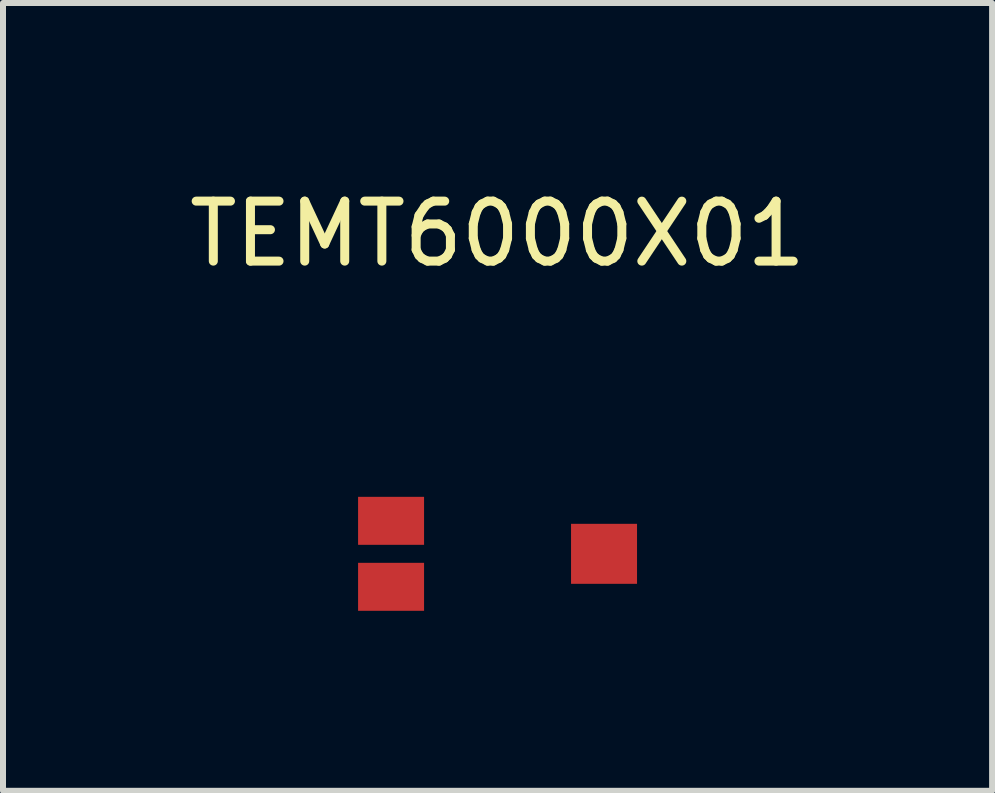
<source format=kicad_pcb>
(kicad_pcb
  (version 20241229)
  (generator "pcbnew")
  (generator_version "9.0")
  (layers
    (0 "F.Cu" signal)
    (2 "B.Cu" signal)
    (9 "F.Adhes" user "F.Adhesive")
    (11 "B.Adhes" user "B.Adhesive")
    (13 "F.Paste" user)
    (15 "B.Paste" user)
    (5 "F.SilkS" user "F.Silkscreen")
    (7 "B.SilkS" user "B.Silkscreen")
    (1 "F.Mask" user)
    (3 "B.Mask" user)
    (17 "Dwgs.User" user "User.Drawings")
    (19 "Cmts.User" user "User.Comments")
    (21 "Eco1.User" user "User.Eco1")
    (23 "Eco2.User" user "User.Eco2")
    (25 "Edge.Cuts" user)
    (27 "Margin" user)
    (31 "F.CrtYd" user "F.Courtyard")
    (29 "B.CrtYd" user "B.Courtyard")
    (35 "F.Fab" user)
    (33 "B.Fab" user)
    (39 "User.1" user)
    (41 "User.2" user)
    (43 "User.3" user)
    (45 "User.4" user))
  (footprint "TEMT6000X01"
    (layer "F.Cu")
    (at 5.244 6.182)
    (property "Reference" "TEMT6000X01" (at 0 -5.334 0) (layer "F.SilkS") (effects (font (size 1 1) (thickness 0.15))))
    (attr through_hole)
    (pad "1" smd rect (at 1.775 0) (size 1.1 1) (layers "F.Cu" "F.Mask" "F.Paste"))
    (pad "2" smd rect (at -1.775 -0.55) (size 1.1 0.8) (layers "F.Cu" "F.Mask" "F.Paste"))
    (pad "3" smd rect (at -1.775 0.55) (size 1.1 0.8) (layers "F.Cu" "F.Mask" "F.Paste")))
  (gr_rect
    (start -3 -3)
    (end 13.488 10.132)
    (stroke (width 0.1) (type default))
    (fill no)
    (layer "Edge.Cuts")))
</source>
